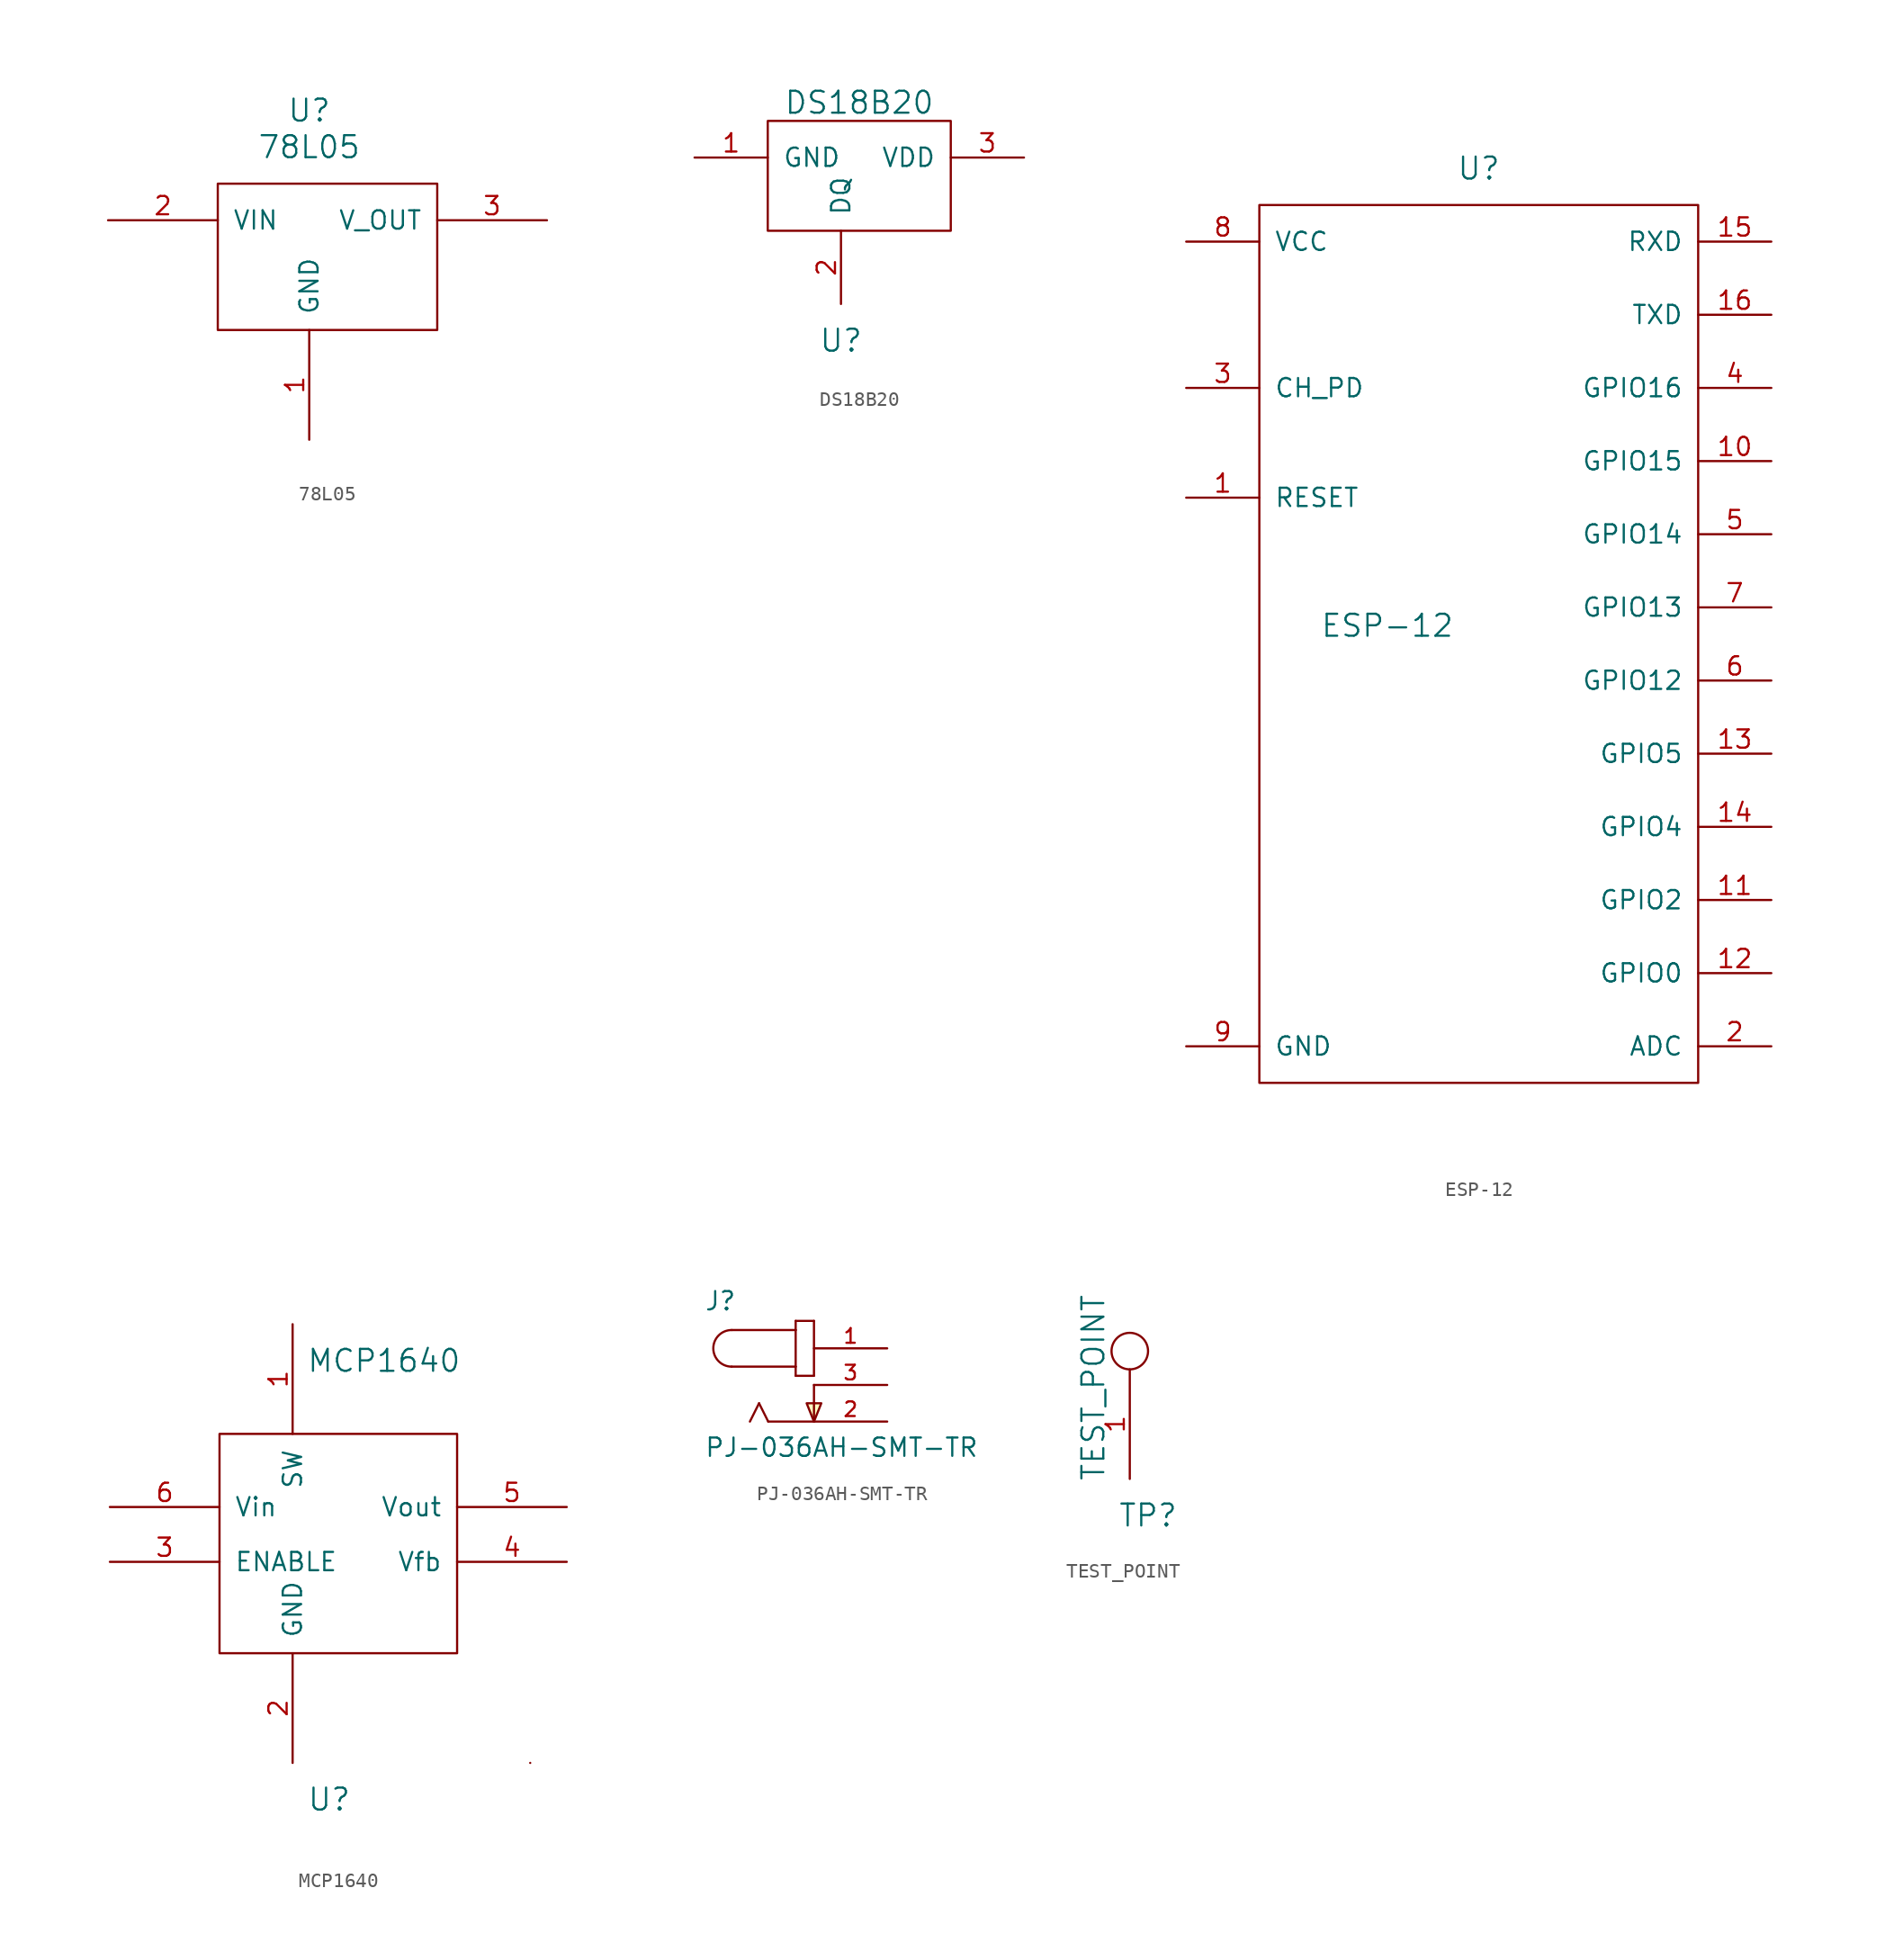
<source format=kicad_sym>
(kicad_symbol_lib
  (version 20220914)
  (generator kicad_symbol_editor)
  (symbol "78L05"
    (pin_names
      (offset 1.016))
    (property "Reference" "U"
      (at 0 7.62 0)
      (effects (font (size 1.524 1.524))))
    (property "Value" "78L05"
      (at 0 5.08 0)
      (effects (font (size 1.524 1.524))))
    (property "Footprint" ""
      (at 0 5.08 0)
      (effects (font (size 1.524 1.524))))
    (property "Datasheet" ""
      (at 0 5.08 0)
      (effects (font (size 1.524 1.524))))
    (symbol "78L05_0_1"
      (rectangle (start -6.35 2.54) (end 8.89 -7.62) (stroke (width 0) (type default)) (fill (type none))))
    (symbol "78L05_1_1"
      (pin power_in line (at 0 -15.24 90) (length 7.62) (name "GND" (effects (font (size 1.27 1.27)))) (number "1" (effects (font (size 1.27 1.27)))))
      (pin power_in line (at -13.97 0 0) (length 7.62) (name "VIN" (effects (font (size 1.27 1.27)))) (number "2" (effects (font (size 1.27 1.27)))))
      (pin power_out line (at 16.51 0 180) (length 7.62) (name "V_OUT" (effects (font (size 1.27 1.27)))) (number "3" (effects (font (size 1.27 1.27)))))))
  (symbol "DS18B20"
    (pin_names
      (offset 1.016))
    (property "Reference" "U"
      (at 0 -12.7 0)
      (effects (font (size 1.524 1.524))))
    (property "Value" "DS18B20"
      (at 1.27 3.81 0)
      (effects (font (size 1.524 1.524))))
    (symbol "DS18B20_0_1"
      (rectangle (start -5.08 2.54) (end 7.62 -5.08) (stroke (width 0) (type default)) (fill (type none))))
    (symbol "DS18B20_1_1"
      (pin input line (at -10.16 0 0) (length 5.08) (name "GND" (effects (font (size 1.27 1.27)))) (number "1" (effects (font (size 1.27 1.27)))))
      (pin input line (at 0 -10.16 90) (length 5.08) (name "DQ" (effects (font (size 1.27 1.27)))) (number "2" (effects (font (size 1.27 1.27)))))
      (pin input line (at 12.7 0 180) (length 5.08) (name "VDD" (effects (font (size 1.27 1.27)))) (number "3" (effects (font (size 1.27 1.27)))))))
  (symbol "ESP-12"
    (pin_names
      (offset 1.016))
    (property "Reference" "U"
      (at 0 35.56 0)
      (effects (font (size 1.524 1.524))))
    (property "Value" "ESP-12"
      (at -6.35 3.81 0)
      (effects (font (size 1.524 1.524))))
    (symbol "ESP-12_0_1"
      (rectangle (start -15.24 33.02) (end 15.24 -27.94) (stroke (width 0) (type default)) (fill (type none))))
    (symbol "ESP-12_1_1"
      (pin input line (at -20.32 12.7 0) (length 5.08) (name "RESET" (effects (font (size 1.27 1.27)))) (number "1" (effects (font (size 1.27 1.27)))))
      (pin bidirectional line (at 20.32 15.24 180) (length 5.08) (name "GPIO15" (effects (font (size 1.27 1.27)))) (number "10" (effects (font (size 1.27 1.27)))))
      (pin bidirectional line (at 20.32 -15.24 180) (length 5.08) (name "GPIO2" (effects (font (size 1.27 1.27)))) (number "11" (effects (font (size 1.27 1.27)))))
      (pin bidirectional line (at 20.32 -20.32 180) (length 5.08) (name "GPIO0" (effects (font (size 1.27 1.27)))) (number "12" (effects (font (size 1.27 1.27)))))
      (pin bidirectional line (at 20.32 -5.08 180) (length 5.08) (name "GPIO5" (effects (font (size 1.27 1.27)))) (number "13" (effects (font (size 1.27 1.27)))))
      (pin bidirectional line (at 20.32 -10.16 180) (length 5.08) (name "GPIO4" (effects (font (size 1.27 1.27)))) (number "14" (effects (font (size 1.27 1.27)))))
      (pin input line (at 20.32 30.48 180) (length 5.08) (name "RXD" (effects (font (size 1.27 1.27)))) (number "15" (effects (font (size 1.27 1.27)))))
      (pin input line (at 20.32 25.4 180) (length 5.08) (name "TXD" (effects (font (size 1.27 1.27)))) (number "16" (effects (font (size 1.27 1.27)))))
      (pin input line (at 20.32 -25.4 180) (length 5.08) (name "ADC" (effects (font (size 1.27 1.27)))) (number "2" (effects (font (size 1.27 1.27)))))
      (pin input line (at -20.32 20.32 0) (length 5.08) (name "CH_PD" (effects (font (size 1.27 1.27)))) (number "3" (effects (font (size 1.27 1.27)))))
      (pin bidirectional line (at 20.32 20.32 180) (length 5.08) (name "GPIO16" (effects (font (size 1.27 1.27)))) (number "4" (effects (font (size 1.27 1.27)))))
      (pin bidirectional line (at 20.32 10.16 180) (length 5.08) (name "GPIO14" (effects (font (size 1.27 1.27)))) (number "5" (effects (font (size 1.27 1.27)))))
      (pin bidirectional line (at 20.32 0 180) (length 5.08) (name "GPIO12" (effects (font (size 1.27 1.27)))) (number "6" (effects (font (size 1.27 1.27)))))
      (pin bidirectional line (at 20.32 5.08 180) (length 5.08) (name "GPIO13" (effects (font (size 1.27 1.27)))) (number "7" (effects (font (size 1.27 1.27)))))
      (pin input line (at -20.32 30.48 0) (length 5.08) (name "VCC" (effects (font (size 1.27 1.27)))) (number "8" (effects (font (size 1.27 1.27)))))
      (pin input line (at -20.32 -25.4 0) (length 5.08) (name "GND" (effects (font (size 1.27 1.27)))) (number "9" (effects (font (size 1.27 1.27)))))))
  (symbol "MCP1640"
    (pin_names
      (offset 1.016))
    (property "Reference" "U"
      (at 0 -12.7 0)
      (effects (font (size 1.524 1.524))))
    (property "Value" "MCP1640"
      (at 3.81 17.78 0)
      (effects (font (size 1.524 1.524))))
    (property "Footprint" ""
      (at 0 0 0)
      (effects (font (size 1.524 1.524))))
    (property "Datasheet" ""
      (at 0 0 0)
      (effects (font (size 1.524 1.524))))
    (symbol "MCP1640_0_1"
      (rectangle (start -7.62 -2.54) (end 8.89 12.7) (stroke (width 0) (type default)) (fill (type none)))
      (rectangle (start 13.97 -10.16) (end 13.97 -10.16) (stroke (width 0) (type default)) (fill (type none))))
    (symbol "MCP1640_1_1"
      (pin input line (at -2.54 20.32 270) (length 7.62) (name "SW" (effects (font (size 1.27 1.27)))) (number "1" (effects (font (size 1.27 1.27)))))
      (pin input line (at -2.54 -10.16 90) (length 7.62) (name "GND" (effects (font (size 1.27 1.27)))) (number "2" (effects (font (size 1.27 1.27)))))
      (pin input line (at -15.24 3.81 0) (length 7.62) (name "ENABLE" (effects (font (size 1.27 1.27)))) (number "3" (effects (font (size 1.27 1.27)))))
      (pin input line (at 16.51 3.81 180) (length 7.62) (name "Vfb" (effects (font (size 1.27 1.27)))) (number "4" (effects (font (size 1.27 1.27)))))
      (pin power_out line (at 16.51 7.62 180) (length 7.62) (name "Vout" (effects (font (size 1.27 1.27)))) (number "5" (effects (font (size 1.27 1.27)))))
      (pin input line (at -15.24 7.62 0) (length 7.62) (name "Vin" (effects (font (size 1.27 1.27)))) (number "6" (effects (font (size 1.27 1.27)))))))
  (symbol "PJ-036AH-SMT-TR"
    (pin_names
      (offset 1.016) hide)
    (property "Reference" "J"
      (at -7.62 5.08 0)
      (effects (font (size 1.27 1.27)) (justify left bottom)))
    (property "Value" "PJ-036AH-SMT-TR"
      (at -7.62 -5.08 0)
      (effects (font (size 1.27 1.27)) (justify left bottom)))
    (property "ki_locked" ""
      (at 0 0 0)
      (effects (font (size 1.27 1.27))))
    (symbol "PJ-036AH-SMT-TR_0_0"
      (arc (start -5.715 3.81) (mid -6.9795 2.54) (end -5.715 1.27) (stroke (width 0.1524) (type default)) (fill (type none)))
      (polyline (pts (xy -5.715 3.81) (xy -1.27 3.81)) (stroke (width 0.152) (type default)) (fill (type none)))
      (polyline (pts (xy -3.81 -1.27) (xy -4.445 -2.54)) (stroke (width 0.152) (type default)) (fill (type none)))
      (polyline (pts (xy -3.175 -2.54) (xy -3.81 -1.27)) (stroke (width 0.152) (type default)) (fill (type none)))
      (polyline (pts (xy -1.27 0.635) (xy 0 0.635)) (stroke (width 0.152) (type default)) (fill (type none)))
      (polyline (pts (xy -1.27 1.27) (xy -5.715 1.27)) (stroke (width 0.152) (type default)) (fill (type none)))
      (polyline (pts (xy -1.27 1.27) (xy -1.27 0.635)) (stroke (width 0.152) (type default)) (fill (type none)))
      (polyline (pts (xy -1.27 3.81) (xy -1.27 1.27)) (stroke (width 0.152) (type default)) (fill (type none)))
      (polyline (pts (xy -1.27 4.445) (xy -1.27 3.81)) (stroke (width 0.152) (type default)) (fill (type none)))
      (polyline (pts (xy 0 -2.54) (xy -3.175 -2.54)) (stroke (width 0.152) (type default)) (fill (type none)))
      (polyline (pts (xy 0 0) (xy 0 -2.54)) (stroke (width 0.152) (type default)) (fill (type none)))
      (polyline (pts (xy 0 0.635) (xy 0 4.445)) (stroke (width 0.152) (type default)) (fill (type none)))
      (polyline (pts (xy 0 4.445) (xy -1.27 4.445)) (stroke (width 0.152) (type default)) (fill (type none)))
      (polyline (pts (xy 0 -2.54) (xy -0.508 -1.27) (xy 0.508 -1.27) (xy 0 -2.54)) (stroke (width 0.152) (type default)) (fill (type background)))
      (pin passive line (at 5.08 2.54 180) (length 5.08) (name "~" (effects (font (size 1.016 1.016)))) (number "1" (effects (font (size 1.016 1.016)))))
      (pin passive line (at 5.08 -2.54 180) (length 5.08) (name "~" (effects (font (size 1.016 1.016)))) (number "2" (effects (font (size 1.016 1.016)))))
      (pin passive line (at 5.08 0 180) (length 5.08) (name "~" (effects (font (size 1.016 1.016)))) (number "3" (effects (font (size 1.016 1.016)))))))
  (symbol "TEST_POINT"
    (pin_names
      (offset 1.016) hide)
    (property "Reference" "TP"
      (at 1.27 -2.54 0)
      (effects (font (size 1.524 1.524))))
    (property "Value" "TEST_POINT"
      (at -2.54 6.35 90)
      (effects (font (size 1.524 1.524))))
    (property "Footprint" ""
      (at 0 0 0)
      (effects (font (size 1.524 1.524))))
    (property "Datasheet" ""
      (at 0 0 0)
      (effects (font (size 1.524 1.524))))
    (symbol "TEST_POINT_0_1"
      (circle (center 0 8.89) (radius 1.27) (stroke (width 0) (type default)) (fill (type none))))
    (symbol "TEST_POINT_1_1"
      (pin input line (at 0 0 90) (length 7.62) (name "TP" (effects (font (size 1.27 1.27)))) (number "1" (effects (font (size 1.27 1.27))))))))
</source>
